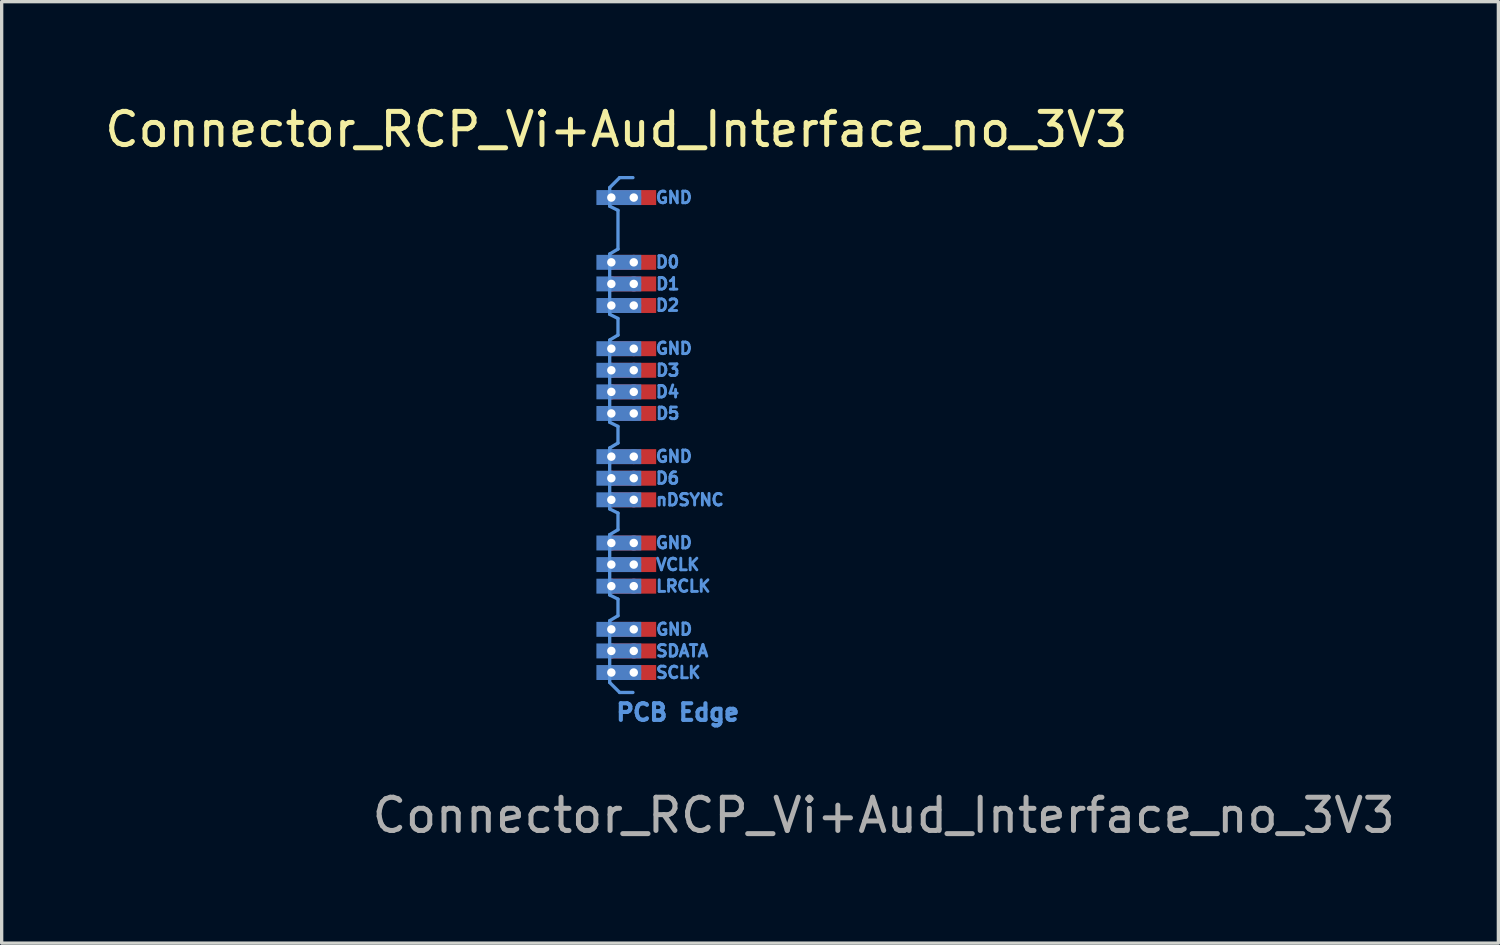
<source format=kicad_pcb>
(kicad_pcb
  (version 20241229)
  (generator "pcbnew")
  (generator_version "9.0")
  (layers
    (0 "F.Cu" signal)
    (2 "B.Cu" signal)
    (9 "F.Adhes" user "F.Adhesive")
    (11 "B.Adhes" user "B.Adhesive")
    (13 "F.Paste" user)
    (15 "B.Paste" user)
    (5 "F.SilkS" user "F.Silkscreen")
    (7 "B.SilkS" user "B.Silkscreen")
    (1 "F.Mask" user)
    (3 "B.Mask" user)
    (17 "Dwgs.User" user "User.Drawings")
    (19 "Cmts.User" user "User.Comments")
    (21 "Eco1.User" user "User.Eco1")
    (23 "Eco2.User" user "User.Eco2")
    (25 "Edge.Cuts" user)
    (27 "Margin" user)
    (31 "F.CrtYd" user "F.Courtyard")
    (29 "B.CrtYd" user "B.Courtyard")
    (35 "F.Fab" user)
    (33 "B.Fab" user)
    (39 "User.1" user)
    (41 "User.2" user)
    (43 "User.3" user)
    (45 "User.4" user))
  (footprint "Connector_RCP_Vi+Aud_Interface_no_3V3"
    (layer "F.Cu")
    (at 15.356 17.198)
    (property "Reference" "Connector_RCP_Vi+Aud_Interface_no_3V3" (at 0.15 -16.35 0) (unlocked yes) (layer "F.SilkS") (effects (font (size 1 1) (thickness 0.15))))
    (attr through_hole)
    (fp_line (start -0.05 -14.6) (end 0.25 -14.9) (stroke (width 0.1) (type solid)) (layer "Cmts.User"))
    (fp_line (start -0.05 -14.04) (end -0.05 -14.6) (stroke (width 0.1) (type solid)) (layer "Cmts.User"))
    (fp_line (start -0.05 -12.6) (end 0.2 -12.75) (stroke (width 0.1) (type solid)) (layer "Cmts.User"))
    (fp_line (start -0.05 -10.785) (end -0.05 -12.6) (stroke (width 0.1) (type solid)) (layer "Cmts.User"))
    (fp_line (start -0.05 -10.01) (end 0.2 -10.16) (stroke (width 0.1) (type solid)) (layer "Cmts.User"))
    (fp_line (start -0.05 -7.535) (end -0.05 -10.01) (stroke (width 0.1) (type solid)) (layer "Cmts.User"))
    (fp_line (start -0.05 -6.76) (end 0.2 -6.91) (stroke (width 0.1) (type solid)) (layer "Cmts.User"))
    (fp_line (start -0.05 -4.925) (end -0.05 -6.76) (stroke (width 0.1) (type solid)) (layer "Cmts.User"))
    (fp_line (start -0.05 -4.15) (end 0.2 -4.3) (stroke (width 0.1) (type solid)) (layer "Cmts.User"))
    (fp_line (start -0.05 -2.335) (end -0.05 -4.15) (stroke (width 0.1) (type solid)) (layer "Cmts.User"))
    (fp_line (start -0.05 -1.56) (end 0.2 -1.71) (stroke (width 0.1) (type solid)) (layer "Cmts.User"))
    (fp_line (start -0.05 0.3) (end -0.05 -1.558) (stroke (width 0.1) (type solid)) (layer "Cmts.User"))
    (fp_line (start 0.2 -13.915) (end -0.05 -14.04) (stroke (width 0.1) (type solid)) (layer "Cmts.User"))
    (fp_line (start 0.2 -12.75) (end 0.2 -13.915) (stroke (width 0.1) (type solid)) (layer "Cmts.User"))
    (fp_line (start 0.2 -10.66) (end -0.05 -10.785) (stroke (width 0.1) (type solid)) (layer "Cmts.User"))
    (fp_line (start 0.2 -10.16) (end 0.2 -10.66) (stroke (width 0.1) (type solid)) (layer "Cmts.User"))
    (fp_line (start 0.2 -7.41) (end -0.05 -7.535) (stroke (width 0.1) (type solid)) (layer "Cmts.User"))
    (fp_line (start 0.2 -6.91) (end 0.2 -7.41) (stroke (width 0.1) (type solid)) (layer "Cmts.User"))
    (fp_line (start 0.2 -4.8) (end -0.05 -4.925) (stroke (width 0.1) (type solid)) (layer "Cmts.User"))
    (fp_line (start 0.2 -4.3) (end 0.2 -4.8) (stroke (width 0.1) (type solid)) (layer "Cmts.User"))
    (fp_line (start 0.2 -2.21) (end -0.05 -2.335) (stroke (width 0.1) (type solid)) (layer "Cmts.User"))
    (fp_line (start 0.2 -1.71) (end 0.2 -2.21) (stroke (width 0.1) (type solid)) (layer "Cmts.User"))
    (fp_line (start 0.25 -14.9) (end 0.65 -14.9) (stroke (width 0.1) (type solid)) (layer "Cmts.User"))
    (fp_line (start 0.25 0.6) (end -0.05 0.3) (stroke (width 0.1) (type solid)) (layer "Cmts.User"))
    (fp_line (start 0.25 0.6) (end 0.65 0.6) (stroke (width 0.1) (type solid)) (layer "Cmts.User"))
    (fp_text user "LRCLK" (at 1.3 -2.6 0) (unlocked yes) (layer "Cmts.User") (effects (font (size 0.35 0.35) (thickness 0.087)) (justify left)))
    (fp_text user "D6" (at 1.293 -5.852 0) (unlocked yes) (layer "Cmts.User") (effects (font (size 0.35 0.35) (thickness 0.087)) (justify left)))
    (fp_text user "GND" (at 1.293 -14.301 0) (unlocked yes) (layer "Cmts.User") (effects (font (size 0.35 0.35) (thickness 0.087)) (justify left)))
    (fp_text user "D1" (at 1.3 -11.7 0) (unlocked yes) (layer "Cmts.User") (effects (font (size 0.35 0.35) (thickness 0.087)) (justify left)))
    (fp_text user "SCLK" (at 1.3 0 0) (unlocked yes) (layer "Cmts.User") (effects (font (size 0.35 0.35) (thickness 0.087)) (justify left)))
    (fp_text user "D0" (at 1.293 -12.357 0) (unlocked yes) (layer "Cmts.User") (effects (font (size 0.35 0.35) (thickness 0.087)) (justify left)))
    (fp_text user "GND" (at 1.293 -6.506 0) (unlocked yes) (layer "Cmts.User") (effects (font (size 0.35 0.35) (thickness 0.087)) (justify left)))
    (fp_text user "GND" (at 1.293 -9.758 0) (unlocked yes) (layer "Cmts.User") (effects (font (size 0.35 0.35) (thickness 0.087)) (justify left)))
    (fp_text user "D5" (at 1.3 -7.8 0) (unlocked yes) (layer "Cmts.User") (effects (font (size 0.35 0.35) (thickness 0.087)) (justify left)))
    (fp_text user "D2" (at 1.293 -11.057 0) (unlocked yes) (layer "Cmts.User") (effects (font (size 0.35 0.35) (thickness 0.087)) (justify left)))
    (fp_text user "PCB Edge" (at 2 1.2 0) (unlocked yes) (layer "Cmts.User") (effects (font (size 0.5 0.5) (thickness 0.125))))
    (fp_text user "GND" (at 1.3 -1.3 0) (unlocked yes) (layer "Cmts.User") (effects (font (size 0.35 0.35) (thickness 0.087)) (justify left)))
    (fp_text user "nDSYNC" (at 1.3 -5.2 0) (unlocked yes) (layer "Cmts.User") (effects (font (size 0.35 0.35) (thickness 0.087)) (justify left)))
    (fp_text user "D4" (at 1.293 -8.451 0) (unlocked yes) (layer "Cmts.User") (effects (font (size 0.35 0.35) (thickness 0.087)) (justify left)))
    (fp_text user "VCLK" (at 1.3 -3.25 0) (unlocked yes) (layer "Cmts.User") (effects (font (size 0.35 0.35) (thickness 0.087)) (justify left)))
    (fp_text user "GND" (at 1.293 -3.907 0) (unlocked yes) (layer "Cmts.User") (effects (font (size 0.35 0.35) (thickness 0.087)) (justify left)))
    (fp_text user "SDATA" (at 1.3 -0.65 0) (unlocked yes) (layer "Cmts.User") (effects (font (size 0.35 0.35) (thickness 0.087)) (justify left)))
    (fp_text user "D3" (at 1.3 -9.1 0) (unlocked yes) (layer "Cmts.User") (effects (font (size 0.35 0.35) (thickness 0.087)) (justify left)))
    (fp_text user "${REFERENCE}" (at 8.2 4.3 0) (unlocked yes) (layer "F.Fab") (effects (font (size 1 1) (thickness 0.15))))
    (pad "6" thru_hole circle (at 0 0) (size 0.45 0.45) (drill 0.254) (layers "*.Cu" "*.Mask"))
    (pad "6" smd rect (at 0.225 0) (size 1.35 0.45) (layers "B.Cu" "B.Mask"))
    (pad "6" thru_hole circle (at 0.675 0) (size 0.45 0.45) (drill 0.254) (layers "*.Cu" "*.Mask"))
    (pad "6" smd rect (at 0.675 0) (size 1.35 0.45) (layers "F.Cu" "F.Mask"))
    (pad "7" thru_hole circle (at 0 -0.65) (size 0.45 0.45) (drill 0.254) (layers "*.Cu" "*.Mask"))
    (pad "7" smd rect (at 0.225 -0.65) (size 1.35 0.45) (layers "B.Cu" "B.Mask"))
    (pad "7" thru_hole circle (at 0.675 -0.65) (size 0.45 0.45) (drill 0.254) (layers "*.Cu" "*.Mask"))
    (pad "7" smd rect (at 0.675 -0.65) (size 1.35 0.45) (layers "F.Cu" "F.Mask"))
    (pad "8" thru_hole circle (at 0 -1.3) (size 0.45 0.45) (drill 0.254) (layers "*.Cu" "*.Mask"))
    (pad "8" smd rect (at 0.225 -1.3) (size 1.35 0.45) (layers "B.Cu" "B.Mask"))
    (pad "8" thru_hole circle (at 0.675 -1.3) (size 0.45 0.45) (drill 0.254) (layers "*.Cu" "*.Mask"))
    (pad "8" smd rect (at 0.675 -1.3) (size 1.35 0.45) (layers "F.Cu" "F.Mask"))
    (pad "10" thru_hole circle (at 0 -2.6) (size 0.45 0.45) (drill 0.254) (layers "*.Cu" "*.Mask"))
    (pad "10" smd rect (at 0.225 -2.6) (size 1.35 0.45) (layers "B.Cu" "B.Mask"))
    (pad "10" thru_hole circle (at 0.675 -2.6) (size 0.45 0.45) (drill 0.254) (layers "*.Cu" "*.Mask"))
    (pad "10" smd rect (at 0.675 -2.6) (size 1.35 0.45) (layers "F.Cu" "F.Mask"))
    (pad "11" thru_hole circle (at 0 -3.25) (size 0.45 0.45) (drill 0.254) (layers "*.Cu" "*.Mask"))
    (pad "11" smd rect (at 0.225 -3.25) (size 1.35 0.45) (layers "B.Cu" "B.Mask"))
    (pad "11" thru_hole circle (at 0.675 -3.25) (size 0.45 0.45) (drill 0.254) (layers "*.Cu" "*.Mask"))
    (pad "11" smd rect (at 0.675 -3.25) (size 1.35 0.45) (layers "F.Cu" "F.Mask"))
    (pad "12" thru_hole circle (at 0 -3.9) (size 0.45 0.45) (drill 0.254) (layers "*.Cu" "*.Mask"))
    (pad "12" smd rect (at 0.225 -3.9) (size 1.35 0.45) (layers "B.Cu" "B.Mask"))
    (pad "12" thru_hole circle (at 0.675 -3.9) (size 0.45 0.45) (drill 0.254) (layers "*.Cu" "*.Mask"))
    (pad "12" smd rect (at 0.675 -3.9) (size 1.35 0.45) (layers "F.Cu" "F.Mask"))
    (pad "14" thru_hole circle (at 0 -5.2) (size 0.45 0.45) (drill 0.254) (layers "*.Cu" "*.Mask"))
    (pad "14" smd rect (at 0.225 -5.2) (size 1.35 0.45) (layers "B.Cu" "B.Mask"))
    (pad "14" thru_hole circle (at 0.675 -5.2) (size 0.45 0.45) (drill 0.254) (layers "*.Cu" "*.Mask"))
    (pad "14" smd rect (at 0.675 -5.2) (size 1.35 0.45) (layers "F.Cu" "F.Mask"))
    (pad "15" thru_hole circle (at 0 -5.85) (size 0.45 0.45) (drill 0.254) (layers "*.Cu" "*.Mask"))
    (pad "15" smd rect (at 0.225 -5.85) (size 1.35 0.45) (layers "B.Cu" "B.Mask"))
    (pad "15" thru_hole circle (at 0.675 -5.85) (size 0.45 0.45) (drill 0.254) (layers "*.Cu" "*.Mask"))
    (pad "15" smd rect (at 0.675 -5.85) (size 1.35 0.45) (layers "F.Cu" "F.Mask"))
    (pad "16" thru_hole circle (at 0 -6.5) (size 0.45 0.45) (drill 0.254) (layers "*.Cu" "*.Mask"))
    (pad "16" smd rect (at 0.225 -6.5) (size 1.35 0.45) (layers "B.Cu" "B.Mask"))
    (pad "16" thru_hole circle (at 0.675 -6.5) (size 0.45 0.45) (drill 0.254) (layers "*.Cu" "*.Mask"))
    (pad "16" smd rect (at 0.675 -6.5) (size 1.35 0.45) (layers "F.Cu" "F.Mask"))
    (pad "18" thru_hole circle (at 0 -7.8) (size 0.45 0.45) (drill 0.254) (layers "*.Cu" "*.Mask"))
    (pad "18" smd rect (at 0.225 -7.8) (size 1.35 0.45) (layers "B.Cu" "B.Mask"))
    (pad "18" thru_hole circle (at 0.675 -7.8) (size 0.45 0.45) (drill 0.254) (layers "*.Cu" "*.Mask"))
    (pad "18" smd rect (at 0.675 -7.8) (size 1.35 0.45) (layers "F.Cu" "F.Mask"))
    (pad "19" thru_hole circle (at 0 -8.45) (size 0.45 0.45) (drill 0.254) (layers "*.Cu" "*.Mask"))
    (pad "19" smd rect (at 0.225 -8.45) (size 1.35 0.45) (layers "B.Cu" "B.Mask"))
    (pad "19" thru_hole circle (at 0.675 -8.45) (size 0.45 0.45) (drill 0.254) (layers "*.Cu" "*.Mask"))
    (pad "19" smd rect (at 0.675 -8.45) (size 1.35 0.45) (layers "F.Cu" "F.Mask"))
    (pad "20" thru_hole circle (at 0 -9.1) (size 0.45 0.45) (drill 0.254) (layers "*.Cu" "*.Mask"))
    (pad "20" smd rect (at 0.225 -9.1) (size 1.35 0.45) (layers "B.Cu" "B.Mask"))
    (pad "20" thru_hole circle (at 0.675 -9.1) (size 0.45 0.45) (drill 0.254) (layers "*.Cu" "*.Mask"))
    (pad "20" smd rect (at 0.675 -9.1) (size 1.35 0.45) (layers "F.Cu" "F.Mask"))
    (pad "21" thru_hole circle (at 0 -9.75) (size 0.45 0.45) (drill 0.254) (layers "*.Cu" "*.Mask"))
    (pad "21" smd rect (at 0.225 -9.75) (size 1.35 0.45) (layers "B.Cu" "B.Mask" "B.Paste"))
    (pad "21" thru_hole circle (at 0.675 -9.75) (size 0.45 0.45) (drill 0.254) (layers "*.Cu" "*.Mask"))
    (pad "21" smd rect (at 0.675 -9.75) (size 1.35 0.45) (layers "F.Cu" "F.Mask"))
    (pad "23" thru_hole circle (at 0 -11.05) (size 0.45 0.45) (drill 0.254) (layers "*.Cu" "*.Mask"))
    (pad "23" smd rect (at 0.225 -11.05) (size 1.35 0.45) (layers "B.Cu" "B.Mask"))
    (pad "23" thru_hole circle (at 0.675 -11.05) (size 0.45 0.45) (drill 0.254) (layers "*.Cu" "*.Mask"))
    (pad "23" smd rect (at 0.675 -11.05) (size 1.35 0.45) (layers "F.Cu" "F.Mask"))
    (pad "24" thru_hole circle (at 0 -11.7) (size 0.45 0.45) (drill 0.254) (layers "*.Cu" "*.Mask"))
    (pad "24" smd rect (at 0.225 -11.7) (size 1.35 0.45) (layers "B.Cu" "B.Mask"))
    (pad "24" thru_hole circle (at 0.675 -11.7) (size 0.45 0.45) (drill 0.254) (layers "*.Cu" "*.Mask"))
    (pad "24" smd rect (at 0.675 -11.7) (size 1.35 0.45) (layers "F.Cu" "F.Mask"))
    (pad "25" thru_hole circle (at 0 -12.35) (size 0.45 0.45) (drill 0.254) (layers "*.Cu" "*.Mask"))
    (pad "25" smd rect (at 0.225 -12.35) (size 1.35 0.45) (layers "B.Cu" "B.Mask"))
    (pad "25" thru_hole circle (at 0.675 -12.35) (size 0.45 0.45) (drill 0.254) (layers "*.Cu" "*.Mask"))
    (pad "25" smd rect (at 0.675 -12.35) (size 1.35 0.45) (layers "F.Cu" "F.Mask"))
    (pad "28" thru_hole circle (at 0 -14.3) (size 0.45 0.45) (drill 0.254) (layers "*.Cu" "*.Mask"))
    (pad "28" smd rect (at 0.225 -14.3) (size 1.35 0.45) (layers "B.Cu" "B.Mask"))
    (pad "28" thru_hole circle (at 0.675 -14.3) (size 0.45 0.45) (drill 0.254) (layers "*.Cu" "*.Mask"))
    (pad "28" smd rect (at 0.675 -14.3) (size 1.35 0.45) (layers "F.Cu" "F.Mask")))
  (gr_rect
    (start -3 -3)
    (end 42.062 25.346)
    (stroke (width 0.1) (type default))
    (fill no)
    (layer "Edge.Cuts")))
</source>
